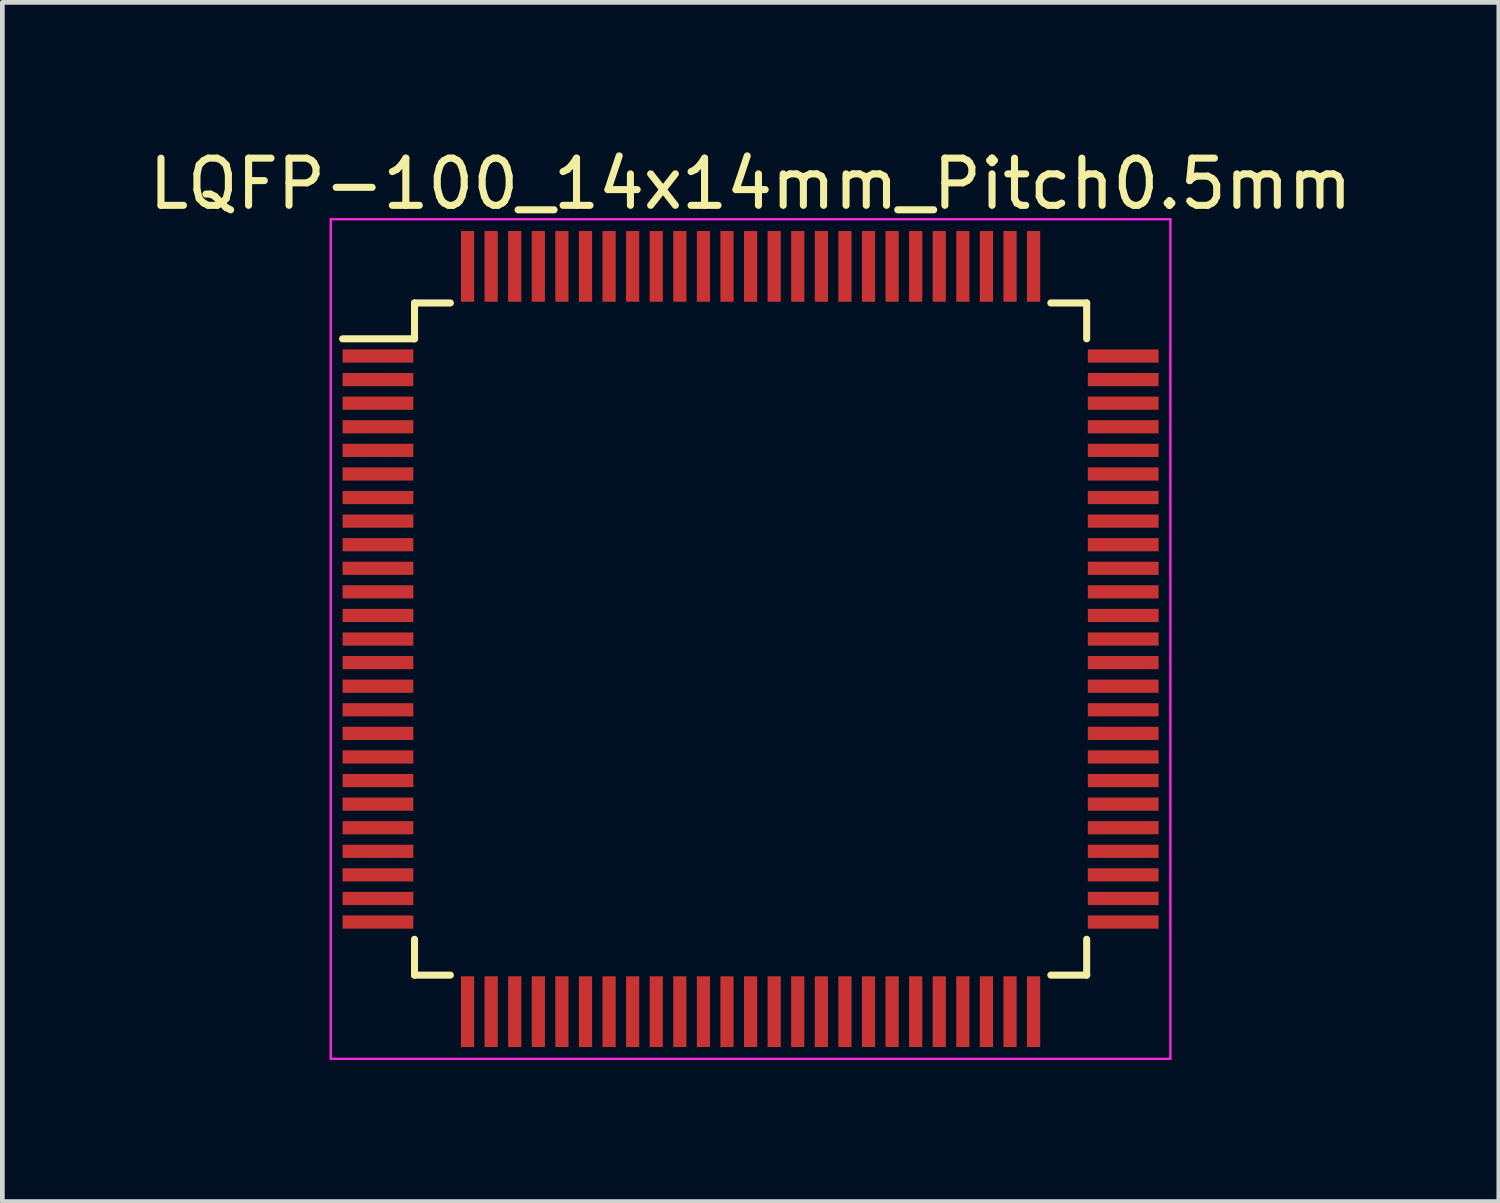
<source format=kicad_pcb>
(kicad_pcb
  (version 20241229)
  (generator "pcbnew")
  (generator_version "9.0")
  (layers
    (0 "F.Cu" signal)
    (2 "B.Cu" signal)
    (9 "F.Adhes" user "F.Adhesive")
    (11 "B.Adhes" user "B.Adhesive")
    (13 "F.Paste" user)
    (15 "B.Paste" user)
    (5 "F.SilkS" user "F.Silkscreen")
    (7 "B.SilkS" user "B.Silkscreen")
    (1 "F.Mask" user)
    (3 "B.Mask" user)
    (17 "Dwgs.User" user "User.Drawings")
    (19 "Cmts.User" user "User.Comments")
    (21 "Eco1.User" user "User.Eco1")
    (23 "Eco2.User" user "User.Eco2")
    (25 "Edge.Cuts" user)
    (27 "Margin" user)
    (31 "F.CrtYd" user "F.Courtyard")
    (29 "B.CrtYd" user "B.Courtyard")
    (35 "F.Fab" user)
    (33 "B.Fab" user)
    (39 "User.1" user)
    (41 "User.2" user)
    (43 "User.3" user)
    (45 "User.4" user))
  (footprint "LQFP-100_14x14mm_Pitch0.5mm"
    (layer "F.Cu")
    (at 12.863 10.498)
    (property "Reference" "LQFP-100_14x14mm_Pitch0.5mm" (at 0 -9.65 0) (layer "F.SilkS") (effects (font (size 1 1) (thickness 0.15))))
    (attr smd)
    (fp_line (start -7.125 -7.125) (end -7.125 -6.365) (stroke (width 0.15) (type solid)) (layer "F.SilkS"))
    (fp_line (start -7.125 -7.125) (end -6.365 -7.125) (stroke (width 0.15) (type solid)) (layer "F.SilkS"))
    (fp_line (start -7.125 -6.365) (end -8.65 -6.365) (stroke (width 0.15) (type solid)) (layer "F.SilkS"))
    (fp_line (start -7.125 7.125) (end -7.125 6.365) (stroke (width 0.15) (type solid)) (layer "F.SilkS"))
    (fp_line (start -7.125 7.125) (end -6.365 7.125) (stroke (width 0.15) (type solid)) (layer "F.SilkS"))
    (fp_line (start 7.125 -7.125) (end 6.365 -7.125) (stroke (width 0.15) (type solid)) (layer "F.SilkS"))
    (fp_line (start 7.125 -7.125) (end 7.125 -6.365) (stroke (width 0.15) (type solid)) (layer "F.SilkS"))
    (fp_line (start 7.125 7.125) (end 6.365 7.125) (stroke (width 0.15) (type solid)) (layer "F.SilkS"))
    (fp_line (start 7.125 7.125) (end 7.125 6.365) (stroke (width 0.15) (type solid)) (layer "F.SilkS"))
    (fp_line (start -8.9 -8.9) (end -8.9 8.9) (stroke (width 0.05) (type solid)) (layer "F.CrtYd"))
    (fp_line (start -8.9 -8.9) (end 8.9 -8.9) (stroke (width 0.05) (type solid)) (layer "F.CrtYd"))
    (fp_line (start -8.9 8.9) (end 8.9 8.9) (stroke (width 0.05) (type solid)) (layer "F.CrtYd"))
    (fp_line (start 8.9 -8.9) (end 8.9 8.9) (stroke (width 0.05) (type solid)) (layer "F.CrtYd"))
    (pad "1" smd rect (at -7.9 -6) (size 1.5 0.28) (layers "F.Cu" "F.Mask" "F.Paste"))
    (pad "2" smd rect (at -7.9 -5.5) (size 1.5 0.28) (layers "F.Cu" "F.Mask" "F.Paste"))
    (pad "3" smd rect (at -7.9 -5) (size 1.5 0.28) (layers "F.Cu" "F.Mask" "F.Paste"))
    (pad "4" smd rect (at -7.9 -4.5) (size 1.5 0.28) (layers "F.Cu" "F.Mask" "F.Paste"))
    (pad "5" smd rect (at -7.9 -4) (size 1.5 0.28) (layers "F.Cu" "F.Mask" "F.Paste"))
    (pad "6" smd rect (at -7.9 -3.5) (size 1.5 0.28) (layers "F.Cu" "F.Mask" "F.Paste"))
    (pad "7" smd rect (at -7.9 -3) (size 1.5 0.28) (layers "F.Cu" "F.Mask" "F.Paste"))
    (pad "8" smd rect (at -7.9 -2.5) (size 1.5 0.28) (layers "F.Cu" "F.Mask" "F.Paste"))
    (pad "9" smd rect (at -7.9 -2) (size 1.5 0.28) (layers "F.Cu" "F.Mask" "F.Paste"))
    (pad "10" smd rect (at -7.9 -1.5) (size 1.5 0.28) (layers "F.Cu" "F.Mask" "F.Paste"))
    (pad "11" smd rect (at -7.9 -1) (size 1.5 0.28) (layers "F.Cu" "F.Mask" "F.Paste"))
    (pad "12" smd rect (at -7.9 -0.5) (size 1.5 0.28) (layers "F.Cu" "F.Mask" "F.Paste"))
    (pad "13" smd rect (at -7.9 0) (size 1.5 0.28) (layers "F.Cu" "F.Mask" "F.Paste"))
    (pad "14" smd rect (at -7.9 0.5) (size 1.5 0.28) (layers "F.Cu" "F.Mask" "F.Paste"))
    (pad "15" smd rect (at -7.9 1) (size 1.5 0.28) (layers "F.Cu" "F.Mask" "F.Paste"))
    (pad "16" smd rect (at -7.9 1.5) (size 1.5 0.28) (layers "F.Cu" "F.Mask" "F.Paste"))
    (pad "17" smd rect (at -7.9 2) (size 1.5 0.28) (layers "F.Cu" "F.Mask" "F.Paste"))
    (pad "18" smd rect (at -7.9 2.5) (size 1.5 0.28) (layers "F.Cu" "F.Mask" "F.Paste"))
    (pad "19" smd rect (at -7.9 3) (size 1.5 0.28) (layers "F.Cu" "F.Mask" "F.Paste"))
    (pad "20" smd rect (at -7.9 3.5) (size 1.5 0.28) (layers "F.Cu" "F.Mask" "F.Paste"))
    (pad "21" smd rect (at -7.9 4) (size 1.5 0.28) (layers "F.Cu" "F.Mask" "F.Paste"))
    (pad "22" smd rect (at -7.9 4.5) (size 1.5 0.28) (layers "F.Cu" "F.Mask" "F.Paste"))
    (pad "23" smd rect (at -7.9 5) (size 1.5 0.28) (layers "F.Cu" "F.Mask" "F.Paste"))
    (pad "24" smd rect (at -7.9 5.5) (size 1.5 0.28) (layers "F.Cu" "F.Mask" "F.Paste"))
    (pad "25" smd rect (at -7.9 6) (size 1.5 0.28) (layers "F.Cu" "F.Mask" "F.Paste"))
    (pad "26" smd rect (at -6 7.9 90) (size 1.5 0.28) (layers "F.Cu" "F.Mask" "F.Paste"))
    (pad "27" smd rect (at -5.5 7.9 90) (size 1.5 0.28) (layers "F.Cu" "F.Mask" "F.Paste"))
    (pad "28" smd rect (at -5 7.9 90) (size 1.5 0.28) (layers "F.Cu" "F.Mask" "F.Paste"))
    (pad "29" smd rect (at -4.5 7.9 90) (size 1.5 0.28) (layers "F.Cu" "F.Mask" "F.Paste"))
    (pad "30" smd rect (at -4 7.9 90) (size 1.5 0.28) (layers "F.Cu" "F.Mask" "F.Paste"))
    (pad "31" smd rect (at -3.5 7.9 90) (size 1.5 0.28) (layers "F.Cu" "F.Mask" "F.Paste"))
    (pad "32" smd rect (at -3 7.9 90) (size 1.5 0.28) (layers "F.Cu" "F.Mask" "F.Paste"))
    (pad "33" smd rect (at -2.5 7.9 90) (size 1.5 0.28) (layers "F.Cu" "F.Mask" "F.Paste"))
    (pad "34" smd rect (at -2 7.9 90) (size 1.5 0.28) (layers "F.Cu" "F.Mask" "F.Paste"))
    (pad "35" smd rect (at -1.5 7.9 90) (size 1.5 0.28) (layers "F.Cu" "F.Mask" "F.Paste"))
    (pad "36" smd rect (at -1 7.9 90) (size 1.5 0.28) (layers "F.Cu" "F.Mask" "F.Paste"))
    (pad "37" smd rect (at -0.5 7.9 90) (size 1.5 0.28) (layers "F.Cu" "F.Mask" "F.Paste"))
    (pad "38" smd rect (at 0 7.9 90) (size 1.5 0.28) (layers "F.Cu" "F.Mask" "F.Paste"))
    (pad "39" smd rect (at 0.5 7.9 90) (size 1.5 0.28) (layers "F.Cu" "F.Mask" "F.Paste"))
    (pad "40" smd rect (at 1 7.9 90) (size 1.5 0.28) (layers "F.Cu" "F.Mask" "F.Paste"))
    (pad "41" smd rect (at 1.5 7.9 90) (size 1.5 0.28) (layers "F.Cu" "F.Mask" "F.Paste"))
    (pad "42" smd rect (at 2 7.9 90) (size 1.5 0.28) (layers "F.Cu" "F.Mask" "F.Paste"))
    (pad "43" smd rect (at 2.5 7.9 90) (size 1.5 0.28) (layers "F.Cu" "F.Mask" "F.Paste"))
    (pad "44" smd rect (at 3 7.9 90) (size 1.5 0.28) (layers "F.Cu" "F.Mask" "F.Paste"))
    (pad "45" smd rect (at 3.5 7.9 90) (size 1.5 0.28) (layers "F.Cu" "F.Mask" "F.Paste"))
    (pad "46" smd rect (at 4 7.9 90) (size 1.5 0.28) (layers "F.Cu" "F.Mask" "F.Paste"))
    (pad "47" smd rect (at 4.5 7.9 90) (size 1.5 0.28) (layers "F.Cu" "F.Mask" "F.Paste"))
    (pad "48" smd rect (at 5 7.9 90) (size 1.5 0.28) (layers "F.Cu" "F.Mask" "F.Paste"))
    (pad "49" smd rect (at 5.5 7.9 90) (size 1.5 0.28) (layers "F.Cu" "F.Mask" "F.Paste"))
    (pad "50" smd rect (at 6 7.9 90) (size 1.5 0.28) (layers "F.Cu" "F.Mask" "F.Paste"))
    (pad "51" smd rect (at 7.9 6) (size 1.5 0.28) (layers "F.Cu" "F.Mask" "F.Paste"))
    (pad "52" smd rect (at 7.9 5.5) (size 1.5 0.28) (layers "F.Cu" "F.Mask" "F.Paste"))
    (pad "53" smd rect (at 7.9 5) (size 1.5 0.28) (layers "F.Cu" "F.Mask" "F.Paste"))
    (pad "54" smd rect (at 7.9 4.5) (size 1.5 0.28) (layers "F.Cu" "F.Mask" "F.Paste"))
    (pad "55" smd rect (at 7.9 4) (size 1.5 0.28) (layers "F.Cu" "F.Mask" "F.Paste"))
    (pad "56" smd rect (at 7.9 3.5) (size 1.5 0.28) (layers "F.Cu" "F.Mask" "F.Paste"))
    (pad "57" smd rect (at 7.9 3) (size 1.5 0.28) (layers "F.Cu" "F.Mask" "F.Paste"))
    (pad "58" smd rect (at 7.9 2.5) (size 1.5 0.28) (layers "F.Cu" "F.Mask" "F.Paste"))
    (pad "59" smd rect (at 7.9 2) (size 1.5 0.28) (layers "F.Cu" "F.Mask" "F.Paste"))
    (pad "60" smd rect (at 7.9 1.5) (size 1.5 0.28) (layers "F.Cu" "F.Mask" "F.Paste"))
    (pad "61" smd rect (at 7.9 1) (size 1.5 0.28) (layers "F.Cu" "F.Mask" "F.Paste"))
    (pad "62" smd rect (at 7.9 0.5) (size 1.5 0.28) (layers "F.Cu" "F.Mask" "F.Paste"))
    (pad "63" smd rect (at 7.9 0) (size 1.5 0.28) (layers "F.Cu" "F.Mask" "F.Paste"))
    (pad "64" smd rect (at 7.9 -0.5) (size 1.5 0.28) (layers "F.Cu" "F.Mask" "F.Paste"))
    (pad "65" smd rect (at 7.9 -1) (size 1.5 0.28) (layers "F.Cu" "F.Mask" "F.Paste"))
    (pad "66" smd rect (at 7.9 -1.5) (size 1.5 0.28) (layers "F.Cu" "F.Mask" "F.Paste"))
    (pad "67" smd rect (at 7.9 -2) (size 1.5 0.28) (layers "F.Cu" "F.Mask" "F.Paste"))
    (pad "68" smd rect (at 7.9 -2.5) (size 1.5 0.28) (layers "F.Cu" "F.Mask" "F.Paste"))
    (pad "69" smd rect (at 7.9 -3) (size 1.5 0.28) (layers "F.Cu" "F.Mask" "F.Paste"))
    (pad "70" smd rect (at 7.9 -3.5) (size 1.5 0.28) (layers "F.Cu" "F.Mask" "F.Paste"))
    (pad "71" smd rect (at 7.9 -4) (size 1.5 0.28) (layers "F.Cu" "F.Mask" "F.Paste"))
    (pad "72" smd rect (at 7.9 -4.5) (size 1.5 0.28) (layers "F.Cu" "F.Mask" "F.Paste"))
    (pad "73" smd rect (at 7.9 -5) (size 1.5 0.28) (layers "F.Cu" "F.Mask" "F.Paste"))
    (pad "74" smd rect (at 7.9 -5.5) (size 1.5 0.28) (layers "F.Cu" "F.Mask" "F.Paste"))
    (pad "75" smd rect (at 7.9 -6) (size 1.5 0.28) (layers "F.Cu" "F.Mask" "F.Paste"))
    (pad "76" smd rect (at 6 -7.9 90) (size 1.5 0.28) (layers "F.Cu" "F.Mask" "F.Paste"))
    (pad "77" smd rect (at 5.5 -7.9 90) (size 1.5 0.28) (layers "F.Cu" "F.Mask" "F.Paste"))
    (pad "78" smd rect (at 5 -7.9 90) (size 1.5 0.28) (layers "F.Cu" "F.Mask" "F.Paste"))
    (pad "79" smd rect (at 4.5 -7.9 90) (size 1.5 0.28) (layers "F.Cu" "F.Mask" "F.Paste"))
    (pad "80" smd rect (at 4 -7.9 90) (size 1.5 0.28) (layers "F.Cu" "F.Mask" "F.Paste"))
    (pad "81" smd rect (at 3.5 -7.9 90) (size 1.5 0.28) (layers "F.Cu" "F.Mask" "F.Paste"))
    (pad "82" smd rect (at 3 -7.9 90) (size 1.5 0.28) (layers "F.Cu" "F.Mask" "F.Paste"))
    (pad "83" smd rect (at 2.5 -7.9 90) (size 1.5 0.28) (layers "F.Cu" "F.Mask" "F.Paste"))
    (pad "84" smd rect (at 2 -7.9 90) (size 1.5 0.28) (layers "F.Cu" "F.Mask" "F.Paste"))
    (pad "85" smd rect (at 1.5 -7.9 90) (size 1.5 0.28) (layers "F.Cu" "F.Mask" "F.Paste"))
    (pad "86" smd rect (at 1 -7.9 90) (size 1.5 0.28) (layers "F.Cu" "F.Mask" "F.Paste"))
    (pad "87" smd rect (at 0.5 -7.9 90) (size 1.5 0.28) (layers "F.Cu" "F.Mask" "F.Paste"))
    (pad "88" smd rect (at 0 -7.9 90) (size 1.5 0.28) (layers "F.Cu" "F.Mask" "F.Paste"))
    (pad "89" smd rect (at -0.5 -7.9 90) (size 1.5 0.28) (layers "F.Cu" "F.Mask" "F.Paste"))
    (pad "90" smd rect (at -1 -7.9 90) (size 1.5 0.28) (layers "F.Cu" "F.Mask" "F.Paste"))
    (pad "91" smd rect (at -1.5 -7.9 90) (size 1.5 0.28) (layers "F.Cu" "F.Mask" "F.Paste"))
    (pad "92" smd rect (at -2 -7.9 90) (size 1.5 0.28) (layers "F.Cu" "F.Mask" "F.Paste"))
    (pad "93" smd rect (at -2.5 -7.9 90) (size 1.5 0.28) (layers "F.Cu" "F.Mask" "F.Paste"))
    (pad "94" smd rect (at -3 -7.9 90) (size 1.5 0.28) (layers "F.Cu" "F.Mask" "F.Paste"))
    (pad "95" smd rect (at -3.5 -7.9 90) (size 1.5 0.28) (layers "F.Cu" "F.Mask" "F.Paste"))
    (pad "96" smd rect (at -4 -7.9 90) (size 1.5 0.28) (layers "F.Cu" "F.Mask" "F.Paste"))
    (pad "97" smd rect (at -4.5 -7.9 90) (size 1.5 0.28) (layers "F.Cu" "F.Mask" "F.Paste"))
    (pad "98" smd rect (at -5 -7.9 90) (size 1.5 0.28) (layers "F.Cu" "F.Mask" "F.Paste"))
    (pad "99" smd rect (at -5.5 -7.9 90) (size 1.5 0.28) (layers "F.Cu" "F.Mask" "F.Paste"))
    (pad "100" smd rect (at -6 -7.9 90) (size 1.5 0.28) (layers "F.Cu" "F.Mask" "F.Paste")))
  (gr_rect
    (start -3 -3)
    (end 28.726 22.423)
    (stroke (width 0.1) (type default))
    (fill no)
    (layer "Edge.Cuts")))
</source>
